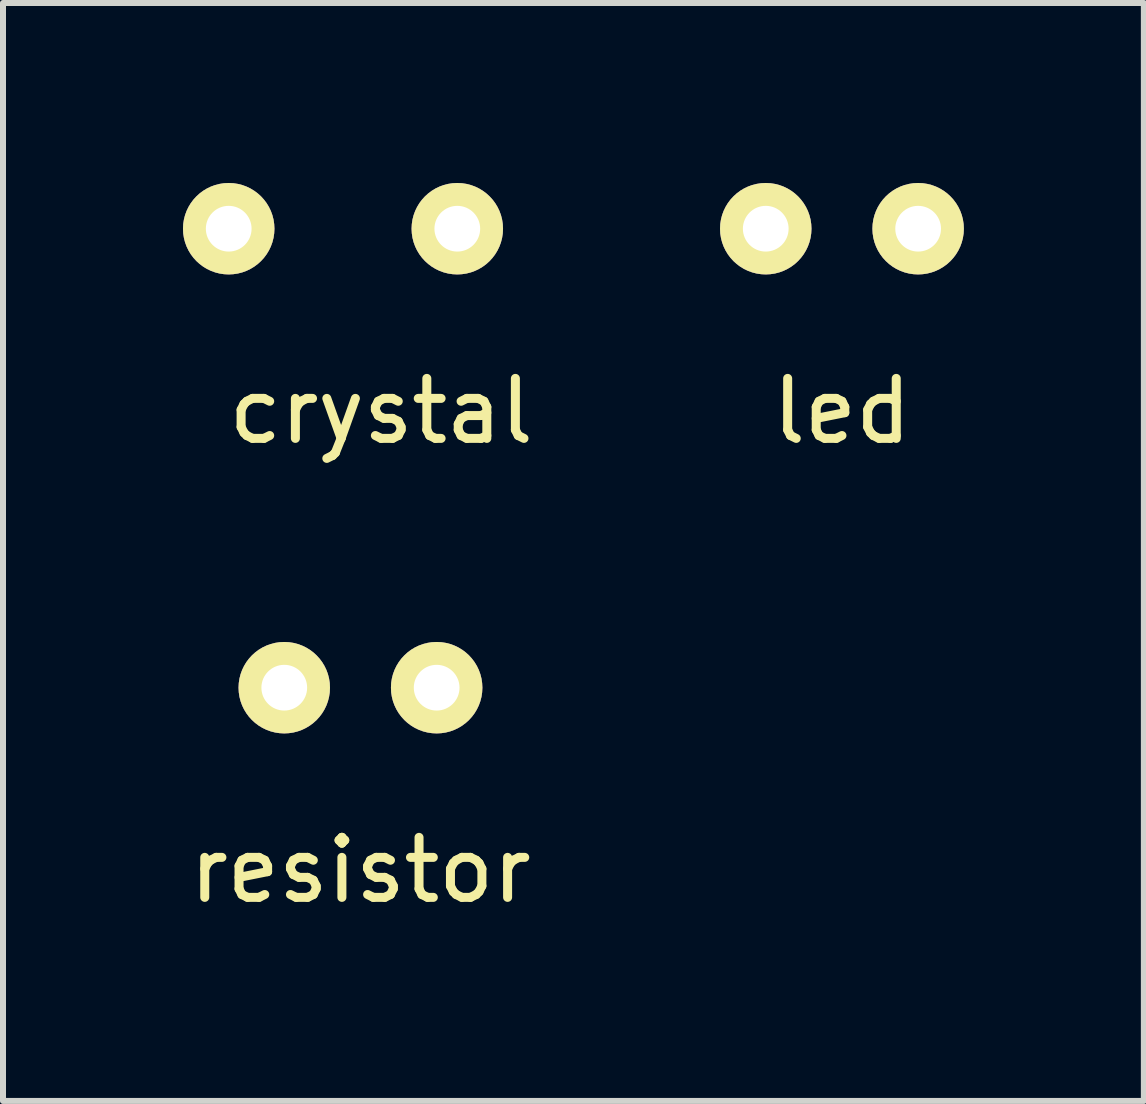
<source format=kicad_pcb>
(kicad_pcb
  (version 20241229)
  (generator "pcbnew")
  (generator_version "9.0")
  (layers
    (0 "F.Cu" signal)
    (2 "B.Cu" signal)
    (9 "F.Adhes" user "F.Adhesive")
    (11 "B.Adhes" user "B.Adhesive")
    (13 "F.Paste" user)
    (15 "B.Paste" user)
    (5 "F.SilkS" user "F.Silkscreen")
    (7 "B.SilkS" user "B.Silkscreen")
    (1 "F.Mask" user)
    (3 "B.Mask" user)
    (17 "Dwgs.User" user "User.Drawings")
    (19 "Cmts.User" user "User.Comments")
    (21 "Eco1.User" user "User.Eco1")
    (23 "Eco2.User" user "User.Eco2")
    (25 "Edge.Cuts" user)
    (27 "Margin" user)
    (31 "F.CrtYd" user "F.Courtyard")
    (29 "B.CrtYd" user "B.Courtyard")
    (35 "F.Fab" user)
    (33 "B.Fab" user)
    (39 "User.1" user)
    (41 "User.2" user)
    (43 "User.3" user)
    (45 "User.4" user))
  (footprint "crystal"
    (layer "F.Cu")
    (at 3.302 3.302)
    (property "Reference" "crystal" (at 0 0.5 0) (layer "F.SilkS") (effects (font (size 1 1) (thickness 0.15))))
    (attr through_hole)
    (pad "1" thru_hole circle (at -2.54 -2.54) (size 1.524 1.524) (drill 0.762) (layers "*.Cu" "*.Mask" "F.SilkS"))
    (pad "2" thru_hole circle (at 1.27 -2.54) (size 1.524 1.524) (drill 0.762) (layers "*.Cu" "*.Mask" "F.SilkS")))
  (footprint "resistor"
    (layer "F.Cu")
    (at 2.958 10.952)
    (property "Reference" "resistor" (at 0 0.5 0) (layer "F.SilkS") (effects (font (size 1 1) (thickness 0.15))))
    (attr through_hole)
    (pad "1" thru_hole circle (at -1.27 -2.54) (size 1.524 1.524) (drill 0.762) (layers "*.Cu" "*.Mask" "F.SilkS"))
    (pad "2" thru_hole circle (at 1.27 -2.54) (size 1.524 1.524) (drill 0.762) (layers "*.Cu" "*.Mask" "F.SilkS")))
  (footprint "led"
    (layer "F.Cu")
    (at 10.983 3.302)
    (property "Reference" "led" (at 0 0.5 0) (layer "F.SilkS") (effects (font (size 1 1) (thickness 0.15))))
    (attr through_hole)
    (pad "1" thru_hole circle (at -1.27 -2.54) (size 1.524 1.524) (drill 0.762) (layers "*.Cu" "*.Mask" "F.SilkS"))
    (pad "2" thru_hole circle (at 1.27 -2.54) (size 1.524 1.524) (drill 0.762) (layers "*.Cu" "*.Mask" "F.SilkS")))
  (gr_rect
    (start -3 -3)
    (end 16.015 15.3)
    (stroke (width 0.1) (type default))
    (fill no)
    (layer "Edge.Cuts")))
</source>
